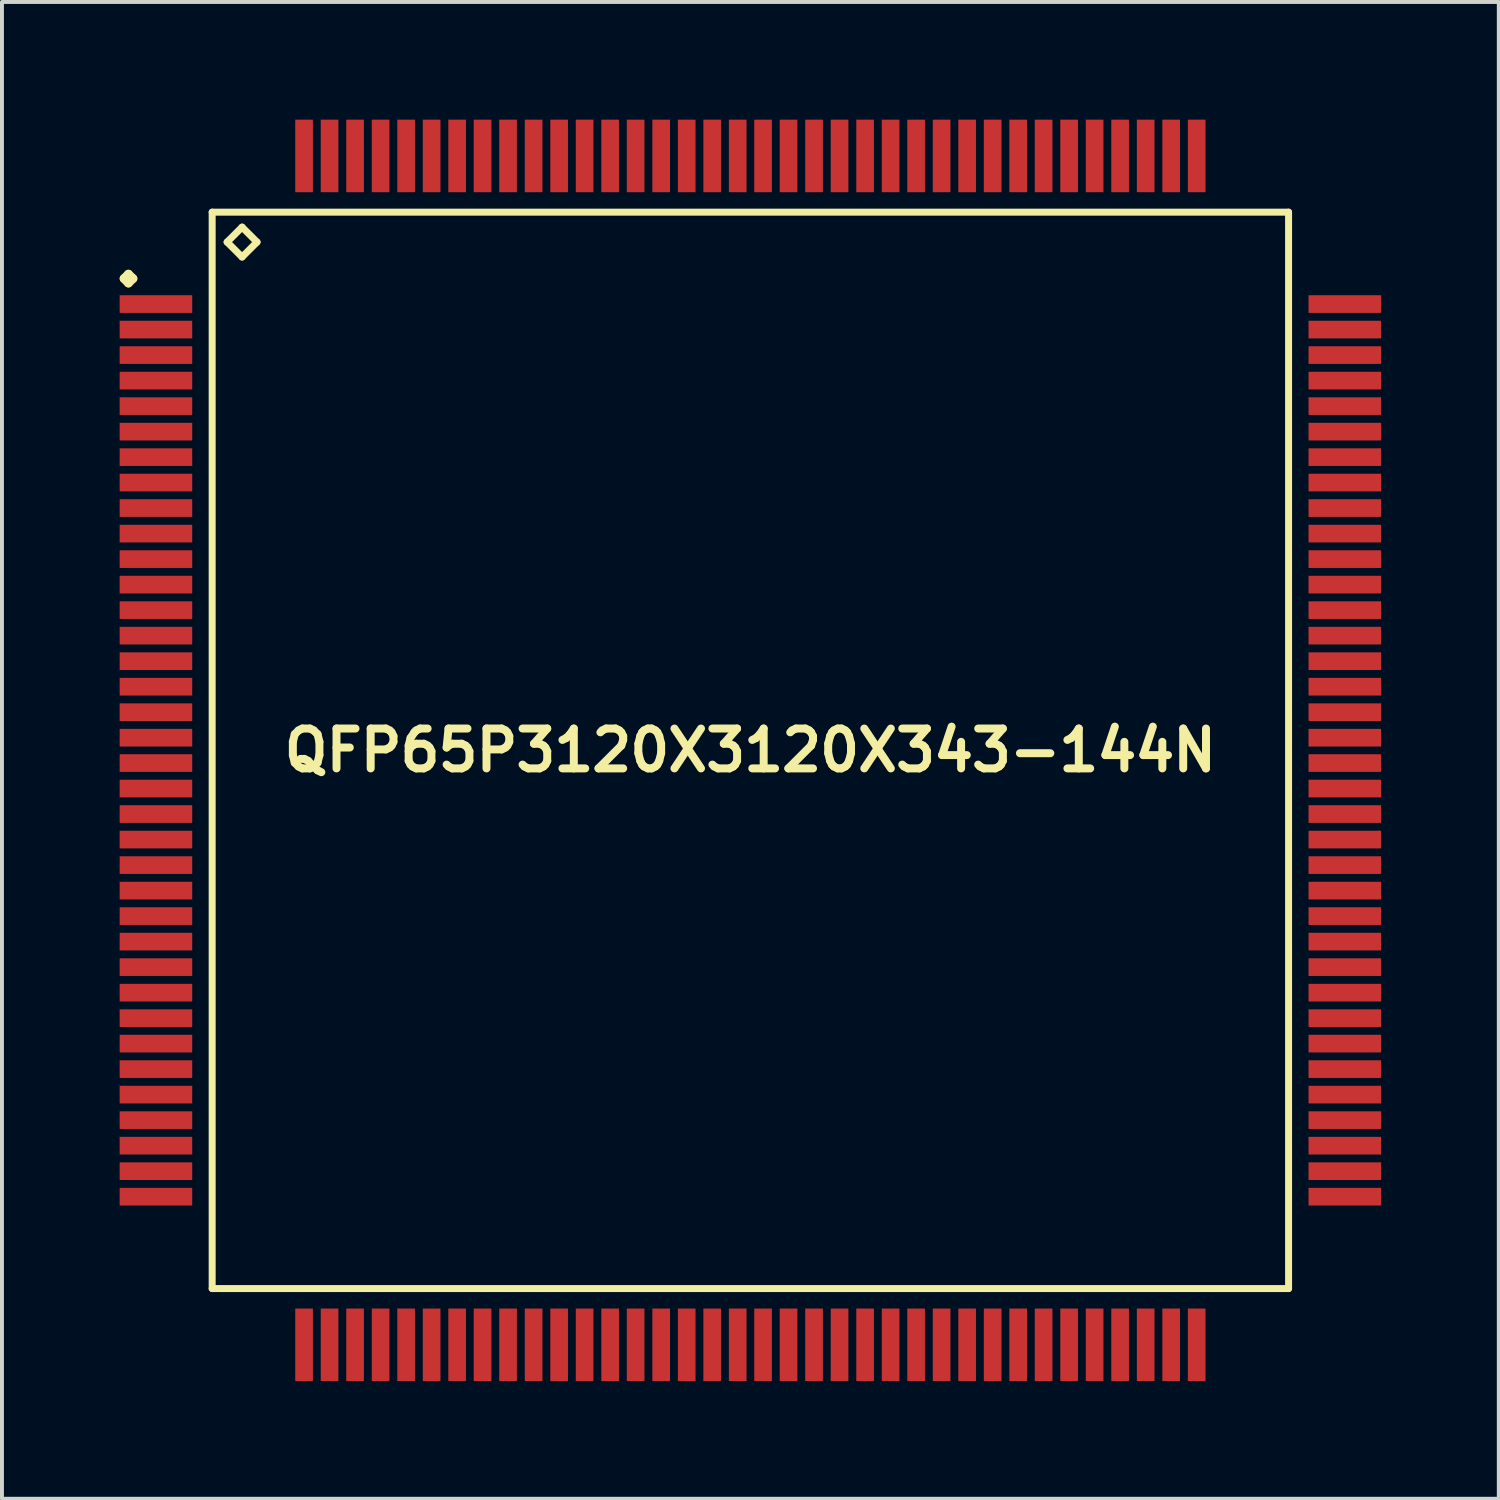
<source format=kicad_pcb>
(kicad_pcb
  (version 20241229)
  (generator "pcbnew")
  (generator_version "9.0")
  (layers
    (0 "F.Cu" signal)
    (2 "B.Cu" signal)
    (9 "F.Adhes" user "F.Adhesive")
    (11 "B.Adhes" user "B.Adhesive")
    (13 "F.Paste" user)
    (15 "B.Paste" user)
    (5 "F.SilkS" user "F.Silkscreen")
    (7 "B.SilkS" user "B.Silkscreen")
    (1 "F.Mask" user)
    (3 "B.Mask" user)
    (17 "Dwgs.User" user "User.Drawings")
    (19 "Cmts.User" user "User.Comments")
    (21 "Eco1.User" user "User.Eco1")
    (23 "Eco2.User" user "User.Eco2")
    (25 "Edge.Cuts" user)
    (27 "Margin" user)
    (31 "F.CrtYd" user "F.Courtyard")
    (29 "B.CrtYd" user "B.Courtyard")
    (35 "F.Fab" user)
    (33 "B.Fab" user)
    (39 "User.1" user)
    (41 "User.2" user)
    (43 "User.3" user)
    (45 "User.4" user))
  (footprint "QFP65P3120X3120X343-144N"
    (layer "F.Cu")
    (at 16.073 16.073)
    (property "Reference" "QFP65P3120X3120X343-144N" (at 0 0 0) (layer "F.SilkS") (effects (font (size 1.016 1.016) (thickness 0.203))))
    (attr smd)
    (fp_line (start -15.961 -12.024) (end -15.85 -12.136) (stroke (width 0.224) (type solid)) (layer "F.SilkS"))
    (fp_line (start -15.85 -12.136) (end -15.735 -12.024) (stroke (width 0.224) (type solid)) (layer "F.SilkS"))
    (fp_line (start -15.85 -11.91) (end -15.961 -12.024) (stroke (width 0.224) (type solid)) (layer "F.SilkS"))
    (fp_line (start -15.735 -12.024) (end -15.85 -11.91) (stroke (width 0.224) (type solid)) (layer "F.SilkS"))
    (fp_line (start -13.716 -13.716) (end -13.716 13.716) (stroke (width 0.178) (type solid)) (layer "F.SilkS"))
    (fp_line (start -13.716 13.716) (end 13.716 13.716) (stroke (width 0.178) (type solid)) (layer "F.SilkS"))
    (fp_line (start -13.335 -12.954) (end -12.954 -13.335) (stroke (width 0.178) (type solid)) (layer "F.SilkS"))
    (fp_line (start -12.954 -13.335) (end -12.573 -12.954) (stroke (width 0.178) (type solid)) (layer "F.SilkS"))
    (fp_line (start -12.954 -12.573) (end -13.335 -12.954) (stroke (width 0.178) (type solid)) (layer "F.SilkS"))
    (fp_line (start -12.573 -12.954) (end -12.954 -12.573) (stroke (width 0.178) (type solid)) (layer "F.SilkS"))
    (fp_line (start 13.716 -13.716) (end -13.716 -13.716) (stroke (width 0.178) (type solid)) (layer "F.SilkS"))
    (fp_line (start 13.716 13.716) (end 13.716 -13.716) (stroke (width 0.178) (type solid)) (layer "F.SilkS"))
    (pad "1" smd rect (at -15.149 -11.374) (size 1.849 0.45) (layers "F.Cu" "F.Mask" "F.Paste"))
    (pad "2" smd rect (at -15.149 -10.724) (size 1.849 0.45) (layers "F.Cu" "F.Mask" "F.Paste"))
    (pad "3" smd rect (at -15.149 -10.074) (size 1.849 0.45) (layers "F.Cu" "F.Mask" "F.Paste"))
    (pad "4" smd rect (at -15.149 -9.423) (size 1.849 0.45) (layers "F.Cu" "F.Mask" "F.Paste"))
    (pad "5" smd rect (at -15.149 -8.773) (size 1.849 0.45) (layers "F.Cu" "F.Mask" "F.Paste"))
    (pad "6" smd rect (at -15.149 -8.123) (size 1.849 0.45) (layers "F.Cu" "F.Mask" "F.Paste"))
    (pad "7" smd rect (at -15.149 -7.473) (size 1.849 0.45) (layers "F.Cu" "F.Mask" "F.Paste"))
    (pad "8" smd rect (at -15.149 -6.825) (size 1.849 0.45) (layers "F.Cu" "F.Mask" "F.Paste"))
    (pad "9" smd rect (at -15.149 -6.175) (size 1.849 0.45) (layers "F.Cu" "F.Mask" "F.Paste"))
    (pad "10" smd rect (at -15.149 -5.524) (size 1.849 0.45) (layers "F.Cu" "F.Mask" "F.Paste"))
    (pad "11" smd rect (at -15.149 -4.874) (size 1.849 0.45) (layers "F.Cu" "F.Mask" "F.Paste"))
    (pad "12" smd rect (at -15.149 -4.224) (size 1.849 0.45) (layers "F.Cu" "F.Mask" "F.Paste"))
    (pad "13" smd rect (at -15.149 -3.574) (size 1.849 0.45) (layers "F.Cu" "F.Mask" "F.Paste"))
    (pad "14" smd rect (at -15.149 -2.924) (size 1.849 0.45) (layers "F.Cu" "F.Mask" "F.Paste"))
    (pad "15" smd rect (at -15.149 -2.273) (size 1.849 0.45) (layers "F.Cu" "F.Mask" "F.Paste"))
    (pad "16" smd rect (at -15.149 -1.623) (size 1.849 0.45) (layers "F.Cu" "F.Mask" "F.Paste"))
    (pad "17" smd rect (at -15.149 -0.973) (size 1.849 0.45) (layers "F.Cu" "F.Mask" "F.Paste"))
    (pad "18" smd rect (at -15.149 -0.323) (size 1.849 0.45) (layers "F.Cu" "F.Mask" "F.Paste"))
    (pad "19" smd rect (at -15.149 0.323) (size 1.849 0.45) (layers "F.Cu" "F.Mask" "F.Paste"))
    (pad "20" smd rect (at -15.149 0.973) (size 1.849 0.45) (layers "F.Cu" "F.Mask" "F.Paste"))
    (pad "21" smd rect (at -15.149 1.623) (size 1.849 0.45) (layers "F.Cu" "F.Mask" "F.Paste"))
    (pad "22" smd rect (at -15.149 2.273) (size 1.849 0.45) (layers "F.Cu" "F.Mask" "F.Paste"))
    (pad "23" smd rect (at -15.149 2.924) (size 1.849 0.45) (layers "F.Cu" "F.Mask" "F.Paste"))
    (pad "24" smd rect (at -15.149 3.574) (size 1.849 0.45) (layers "F.Cu" "F.Mask" "F.Paste"))
    (pad "25" smd rect (at -15.149 4.224) (size 1.849 0.45) (layers "F.Cu" "F.Mask" "F.Paste"))
    (pad "26" smd rect (at -15.149 4.874) (size 1.849 0.45) (layers "F.Cu" "F.Mask" "F.Paste"))
    (pad "27" smd rect (at -15.149 5.524) (size 1.849 0.45) (layers "F.Cu" "F.Mask" "F.Paste"))
    (pad "28" smd rect (at -15.149 6.175) (size 1.849 0.45) (layers "F.Cu" "F.Mask" "F.Paste"))
    (pad "29" smd rect (at -15.149 6.825) (size 1.849 0.45) (layers "F.Cu" "F.Mask" "F.Paste"))
    (pad "30" smd rect (at -15.149 7.473) (size 1.849 0.45) (layers "F.Cu" "F.Mask" "F.Paste"))
    (pad "31" smd rect (at -15.149 8.123) (size 1.849 0.45) (layers "F.Cu" "F.Mask" "F.Paste"))
    (pad "32" smd rect (at -15.149 8.773) (size 1.849 0.45) (layers "F.Cu" "F.Mask" "F.Paste"))
    (pad "33" smd rect (at -15.149 9.423) (size 1.849 0.45) (layers "F.Cu" "F.Mask" "F.Paste"))
    (pad "34" smd rect (at -15.149 10.074) (size 1.849 0.45) (layers "F.Cu" "F.Mask" "F.Paste"))
    (pad "35" smd rect (at -15.149 10.724) (size 1.849 0.45) (layers "F.Cu" "F.Mask" "F.Paste"))
    (pad "36" smd rect (at -15.149 11.374) (size 1.849 0.45) (layers "F.Cu" "F.Mask" "F.Paste"))
    (pad "37" smd rect (at -11.374 15.149) (size 0.45 1.849) (layers "F.Cu" "F.Mask" "F.Paste"))
    (pad "38" smd rect (at -10.724 15.149) (size 0.45 1.849) (layers "F.Cu" "F.Mask" "F.Paste"))
    (pad "39" smd rect (at -10.074 15.149) (size 0.45 1.849) (layers "F.Cu" "F.Mask" "F.Paste"))
    (pad "40" smd rect (at -9.423 15.149) (size 0.45 1.849) (layers "F.Cu" "F.Mask" "F.Paste"))
    (pad "41" smd rect (at -8.773 15.149) (size 0.45 1.849) (layers "F.Cu" "F.Mask" "F.Paste"))
    (pad "42" smd rect (at -8.123 15.149) (size 0.45 1.849) (layers "F.Cu" "F.Mask" "F.Paste"))
    (pad "43" smd rect (at -7.473 15.149) (size 0.45 1.849) (layers "F.Cu" "F.Mask" "F.Paste"))
    (pad "44" smd rect (at -6.825 15.149) (size 0.45 1.849) (layers "F.Cu" "F.Mask" "F.Paste"))
    (pad "45" smd rect (at -6.175 15.149) (size 0.45 1.849) (layers "F.Cu" "F.Mask" "F.Paste"))
    (pad "46" smd rect (at -5.524 15.149) (size 0.45 1.849) (layers "F.Cu" "F.Mask" "F.Paste"))
    (pad "47" smd rect (at -4.874 15.149) (size 0.45 1.849) (layers "F.Cu" "F.Mask" "F.Paste"))
    (pad "48" smd rect (at -4.224 15.149) (size 0.45 1.849) (layers "F.Cu" "F.Mask" "F.Paste"))
    (pad "49" smd rect (at -3.574 15.149) (size 0.45 1.849) (layers "F.Cu" "F.Mask" "F.Paste"))
    (pad "50" smd rect (at -2.924 15.149) (size 0.45 1.849) (layers "F.Cu" "F.Mask" "F.Paste"))
    (pad "51" smd rect (at -2.273 15.149) (size 0.45 1.849) (layers "F.Cu" "F.Mask" "F.Paste"))
    (pad "52" smd rect (at -1.623 15.149) (size 0.45 1.849) (layers "F.Cu" "F.Mask" "F.Paste"))
    (pad "53" smd rect (at -0.973 15.149) (size 0.45 1.849) (layers "F.Cu" "F.Mask" "F.Paste"))
    (pad "54" smd rect (at -0.323 15.149) (size 0.45 1.849) (layers "F.Cu" "F.Mask" "F.Paste"))
    (pad "55" smd rect (at 0.323 15.149) (size 0.45 1.849) (layers "F.Cu" "F.Mask" "F.Paste"))
    (pad "56" smd rect (at 0.973 15.149) (size 0.45 1.849) (layers "F.Cu" "F.Mask" "F.Paste"))
    (pad "57" smd rect (at 1.623 15.149) (size 0.45 1.849) (layers "F.Cu" "F.Mask" "F.Paste"))
    (pad "58" smd rect (at 2.273 15.149) (size 0.45 1.849) (layers "F.Cu" "F.Mask" "F.Paste"))
    (pad "59" smd rect (at 2.924 15.149) (size 0.45 1.849) (layers "F.Cu" "F.Mask" "F.Paste"))
    (pad "60" smd rect (at 3.574 15.149) (size 0.45 1.849) (layers "F.Cu" "F.Mask" "F.Paste"))
    (pad "61" smd rect (at 4.224 15.149) (size 0.45 1.849) (layers "F.Cu" "F.Mask" "F.Paste"))
    (pad "62" smd rect (at 4.874 15.149) (size 0.45 1.849) (layers "F.Cu" "F.Mask" "F.Paste"))
    (pad "63" smd rect (at 5.524 15.149) (size 0.45 1.849) (layers "F.Cu" "F.Mask" "F.Paste"))
    (pad "64" smd rect (at 6.175 15.149) (size 0.45 1.849) (layers "F.Cu" "F.Mask" "F.Paste"))
    (pad "65" smd rect (at 6.825 15.149) (size 0.45 1.849) (layers "F.Cu" "F.Mask" "F.Paste"))
    (pad "66" smd rect (at 7.473 15.149) (size 0.45 1.849) (layers "F.Cu" "F.Mask" "F.Paste"))
    (pad "67" smd rect (at 8.123 15.149) (size 0.45 1.849) (layers "F.Cu" "F.Mask" "F.Paste"))
    (pad "68" smd rect (at 8.773 15.149) (size 0.45 1.849) (layers "F.Cu" "F.Mask" "F.Paste"))
    (pad "69" smd rect (at 9.423 15.149) (size 0.45 1.849) (layers "F.Cu" "F.Mask" "F.Paste"))
    (pad "70" smd rect (at 10.074 15.149) (size 0.45 1.849) (layers "F.Cu" "F.Mask" "F.Paste"))
    (pad "71" smd rect (at 10.724 15.149) (size 0.45 1.849) (layers "F.Cu" "F.Mask" "F.Paste"))
    (pad "72" smd rect (at 11.374 15.149) (size 0.45 1.849) (layers "F.Cu" "F.Mask" "F.Paste"))
    (pad "73" smd rect (at 15.149 11.374) (size 1.849 0.45) (layers "F.Cu" "F.Mask" "F.Paste"))
    (pad "74" smd rect (at 15.149 10.724) (size 1.849 0.45) (layers "F.Cu" "F.Mask" "F.Paste"))
    (pad "75" smd rect (at 15.149 10.074) (size 1.849 0.45) (layers "F.Cu" "F.Mask" "F.Paste"))
    (pad "76" smd rect (at 15.149 9.423) (size 1.849 0.45) (layers "F.Cu" "F.Mask" "F.Paste"))
    (pad "77" smd rect (at 15.149 8.773) (size 1.849 0.45) (layers "F.Cu" "F.Mask" "F.Paste"))
    (pad "78" smd rect (at 15.149 8.123) (size 1.849 0.45) (layers "F.Cu" "F.Mask" "F.Paste"))
    (pad "79" smd rect (at 15.149 7.473) (size 1.849 0.45) (layers "F.Cu" "F.Mask" "F.Paste"))
    (pad "80" smd rect (at 15.149 6.825) (size 1.849 0.45) (layers "F.Cu" "F.Mask" "F.Paste"))
    (pad "81" smd rect (at 15.149 6.175) (size 1.849 0.45) (layers "F.Cu" "F.Mask" "F.Paste"))
    (pad "82" smd rect (at 15.149 5.524) (size 1.849 0.45) (layers "F.Cu" "F.Mask" "F.Paste"))
    (pad "83" smd rect (at 15.149 4.874) (size 1.849 0.45) (layers "F.Cu" "F.Mask" "F.Paste"))
    (pad "84" smd rect (at 15.149 4.224) (size 1.849 0.45) (layers "F.Cu" "F.Mask" "F.Paste"))
    (pad "85" smd rect (at 15.149 3.574) (size 1.849 0.45) (layers "F.Cu" "F.Mask" "F.Paste"))
    (pad "86" smd rect (at 15.149 2.924) (size 1.849 0.45) (layers "F.Cu" "F.Mask" "F.Paste"))
    (pad "87" smd rect (at 15.149 2.273) (size 1.849 0.45) (layers "F.Cu" "F.Mask" "F.Paste"))
    (pad "88" smd rect (at 15.149 1.623) (size 1.849 0.45) (layers "F.Cu" "F.Mask" "F.Paste"))
    (pad "89" smd rect (at 15.149 0.973) (size 1.849 0.45) (layers "F.Cu" "F.Mask" "F.Paste"))
    (pad "90" smd rect (at 15.149 0.323) (size 1.849 0.45) (layers "F.Cu" "F.Mask" "F.Paste"))
    (pad "91" smd rect (at 15.149 -0.323) (size 1.849 0.45) (layers "F.Cu" "F.Mask" "F.Paste"))
    (pad "92" smd rect (at 15.149 -0.973) (size 1.849 0.45) (layers "F.Cu" "F.Mask" "F.Paste"))
    (pad "93" smd rect (at 15.149 -1.623) (size 1.849 0.45) (layers "F.Cu" "F.Mask" "F.Paste"))
    (pad "94" smd rect (at 15.149 -2.273) (size 1.849 0.45) (layers "F.Cu" "F.Mask" "F.Paste"))
    (pad "95" smd rect (at 15.149 -2.924) (size 1.849 0.45) (layers "F.Cu" "F.Mask" "F.Paste"))
    (pad "96" smd rect (at 15.149 -3.574) (size 1.849 0.45) (layers "F.Cu" "F.Mask" "F.Paste"))
    (pad "97" smd rect (at 15.149 -4.224) (size 1.849 0.45) (layers "F.Cu" "F.Mask" "F.Paste"))
    (pad "98" smd rect (at 15.149 -4.874) (size 1.849 0.45) (layers "F.Cu" "F.Mask" "F.Paste"))
    (pad "99" smd rect (at 15.149 -5.524) (size 1.849 0.45) (layers "F.Cu" "F.Mask" "F.Paste"))
    (pad "100" smd rect (at 15.149 -6.175) (size 1.849 0.45) (layers "F.Cu" "F.Mask" "F.Paste"))
    (pad "101" smd rect (at 15.149 -6.825) (size 1.849 0.45) (layers "F.Cu" "F.Mask" "F.Paste"))
    (pad "102" smd rect (at 15.149 -7.473) (size 1.849 0.45) (layers "F.Cu" "F.Mask" "F.Paste"))
    (pad "103" smd rect (at 15.149 -8.123) (size 1.849 0.45) (layers "F.Cu" "F.Mask" "F.Paste"))
    (pad "104" smd rect (at 15.149 -8.773) (size 1.849 0.45) (layers "F.Cu" "F.Mask" "F.Paste"))
    (pad "105" smd rect (at 15.149 -9.423) (size 1.849 0.45) (layers "F.Cu" "F.Mask" "F.Paste"))
    (pad "106" smd rect (at 15.149 -10.074) (size 1.849 0.45) (layers "F.Cu" "F.Mask" "F.Paste"))
    (pad "107" smd rect (at 15.149 -10.724) (size 1.849 0.45) (layers "F.Cu" "F.Mask" "F.Paste"))
    (pad "108" smd rect (at 15.149 -11.374) (size 1.849 0.45) (layers "F.Cu" "F.Mask" "F.Paste"))
    (pad "109" smd rect (at 11.374 -15.149) (size 0.45 1.849) (layers "F.Cu" "F.Mask" "F.Paste"))
    (pad "110" smd rect (at 10.724 -15.149) (size 0.45 1.849) (layers "F.Cu" "F.Mask" "F.Paste"))
    (pad "111" smd rect (at 10.074 -15.149) (size 0.45 1.849) (layers "F.Cu" "F.Mask" "F.Paste"))
    (pad "112" smd rect (at 9.423 -15.149) (size 0.45 1.849) (layers "F.Cu" "F.Mask" "F.Paste"))
    (pad "113" smd rect (at 8.773 -15.149) (size 0.45 1.849) (layers "F.Cu" "F.Mask" "F.Paste"))
    (pad "114" smd rect (at 8.123 -15.149) (size 0.45 1.849) (layers "F.Cu" "F.Mask" "F.Paste"))
    (pad "115" smd rect (at 7.473 -15.149) (size 0.45 1.849) (layers "F.Cu" "F.Mask" "F.Paste"))
    (pad "116" smd rect (at 6.825 -15.149) (size 0.45 1.849) (layers "F.Cu" "F.Mask" "F.Paste"))
    (pad "117" smd rect (at 6.175 -15.149) (size 0.45 1.849) (layers "F.Cu" "F.Mask" "F.Paste"))
    (pad "118" smd rect (at 5.524 -15.149) (size 0.45 1.849) (layers "F.Cu" "F.Mask" "F.Paste"))
    (pad "119" smd rect (at 4.874 -15.149) (size 0.45 1.849) (layers "F.Cu" "F.Mask" "F.Paste"))
    (pad "120" smd rect (at 4.224 -15.149) (size 0.45 1.849) (layers "F.Cu" "F.Mask" "F.Paste"))
    (pad "121" smd rect (at 3.574 -15.149) (size 0.45 1.849) (layers "F.Cu" "F.Mask" "F.Paste"))
    (pad "122" smd rect (at 2.924 -15.149) (size 0.45 1.849) (layers "F.Cu" "F.Mask" "F.Paste"))
    (pad "123" smd rect (at 2.273 -15.149) (size 0.45 1.849) (layers "F.Cu" "F.Mask" "F.Paste"))
    (pad "124" smd rect (at 1.623 -15.149) (size 0.45 1.849) (layers "F.Cu" "F.Mask" "F.Paste"))
    (pad "125" smd rect (at 0.973 -15.149) (size 0.45 1.849) (layers "F.Cu" "F.Mask" "F.Paste"))
    (pad "126" smd rect (at 0.323 -15.149) (size 0.45 1.849) (layers "F.Cu" "F.Mask" "F.Paste"))
    (pad "127" smd rect (at -0.323 -15.149) (size 0.45 1.849) (layers "F.Cu" "F.Mask" "F.Paste"))
    (pad "128" smd rect (at -0.973 -15.149) (size 0.45 1.849) (layers "F.Cu" "F.Mask" "F.Paste"))
    (pad "129" smd rect (at -1.623 -15.149) (size 0.45 1.849) (layers "F.Cu" "F.Mask" "F.Paste"))
    (pad "130" smd rect (at -2.273 -15.149) (size 0.45 1.849) (layers "F.Cu" "F.Mask" "F.Paste"))
    (pad "131" smd rect (at -2.924 -15.149) (size 0.45 1.849) (layers "F.Cu" "F.Mask" "F.Paste"))
    (pad "132" smd rect (at -3.574 -15.149) (size 0.45 1.849) (layers "F.Cu" "F.Mask" "F.Paste"))
    (pad "133" smd rect (at -4.224 -15.149) (size 0.45 1.849) (layers "F.Cu" "F.Mask" "F.Paste"))
    (pad "134" smd rect (at -4.874 -15.149) (size 0.45 1.849) (layers "F.Cu" "F.Mask" "F.Paste"))
    (pad "135" smd rect (at -5.524 -15.149) (size 0.45 1.849) (layers "F.Cu" "F.Mask" "F.Paste"))
    (pad "136" smd rect (at -6.175 -15.149) (size 0.45 1.849) (layers "F.Cu" "F.Mask" "F.Paste"))
    (pad "137" smd rect (at -6.825 -15.149) (size 0.45 1.849) (layers "F.Cu" "F.Mask" "F.Paste"))
    (pad "138" smd rect (at -7.473 -15.149) (size 0.45 1.849) (layers "F.Cu" "F.Mask" "F.Paste"))
    (pad "139" smd rect (at -8.123 -15.149) (size 0.45 1.849) (layers "F.Cu" "F.Mask" "F.Paste"))
    (pad "140" smd rect (at -8.773 -15.149) (size 0.45 1.849) (layers "F.Cu" "F.Mask" "F.Paste"))
    (pad "141" smd rect (at -9.423 -15.149) (size 0.45 1.849) (layers "F.Cu" "F.Mask" "F.Paste"))
    (pad "142" smd rect (at -10.074 -15.149) (size 0.45 1.849) (layers "F.Cu" "F.Mask" "F.Paste"))
    (pad "143" smd rect (at -10.724 -15.149) (size 0.45 1.849) (layers "F.Cu" "F.Mask" "F.Paste"))
    (pad "144" smd rect (at -11.374 -15.149) (size 0.45 1.849) (layers "F.Cu" "F.Mask" "F.Paste")))
  (gr_rect
    (start -3 -3)
    (end 35.146 35.146)
    (stroke (width 0.1) (type default))
    (fill no)
    (layer "Edge.Cuts")))
</source>
